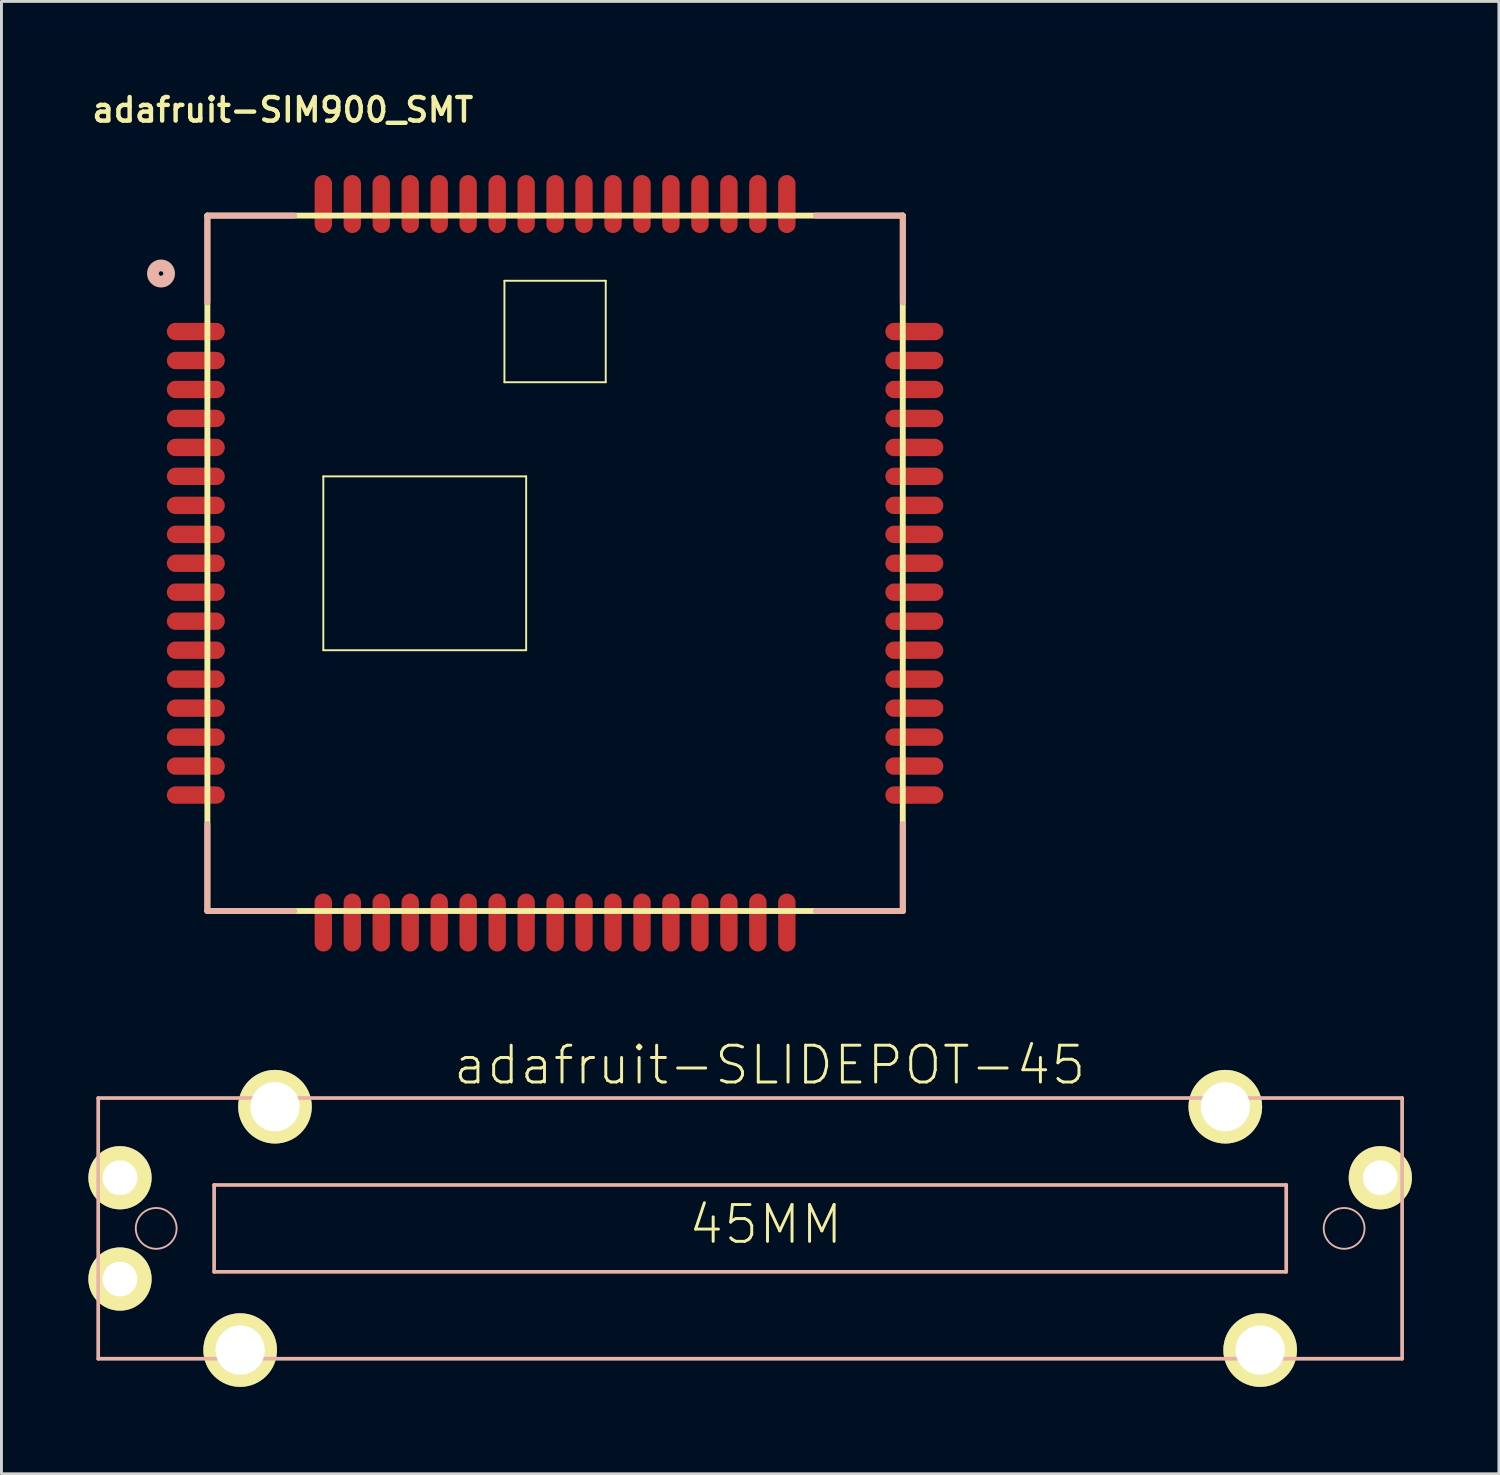
<source format=kicad_pcb>
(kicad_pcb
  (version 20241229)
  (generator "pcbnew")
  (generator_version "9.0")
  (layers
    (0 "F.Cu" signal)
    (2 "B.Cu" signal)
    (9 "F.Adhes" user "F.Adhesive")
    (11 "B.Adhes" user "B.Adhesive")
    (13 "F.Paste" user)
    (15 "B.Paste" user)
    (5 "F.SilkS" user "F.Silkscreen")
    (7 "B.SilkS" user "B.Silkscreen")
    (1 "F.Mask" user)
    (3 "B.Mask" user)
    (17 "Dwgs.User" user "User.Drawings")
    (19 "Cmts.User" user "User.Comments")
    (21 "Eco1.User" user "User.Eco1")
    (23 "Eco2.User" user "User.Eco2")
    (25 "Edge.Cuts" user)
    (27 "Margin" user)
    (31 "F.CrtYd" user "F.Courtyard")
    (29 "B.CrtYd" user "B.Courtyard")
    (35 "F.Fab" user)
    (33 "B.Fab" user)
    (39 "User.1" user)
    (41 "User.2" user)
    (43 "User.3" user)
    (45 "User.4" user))
  (footprint "adafruit-SLIDEPOT-45"
    (layer "F.Cu")
    (at 22.838 39.342)
    (property "Reference" "adafruit-SLIDEPOT-45" (at 0.673 -5.634 0) (layer "F.SilkS") (effects (font (size 1.27 1.27) (thickness 0.102))))
    (attr exclude_from_pos_files exclude_from_bom)
    (fp_line (start -22.499 -4.498) (end 22.499 -4.498) (stroke (width 0.127) (type solid)) (layer "B.SilkS"))
    (fp_line (start -22.499 4.498) (end -22.499 -4.498) (stroke (width 0.127) (type solid)) (layer "B.SilkS"))
    (fp_line (start -18.499 -1.499) (end 18.499 -1.499) (stroke (width 0.127) (type solid)) (layer "B.SilkS"))
    (fp_line (start -18.499 1.499) (end -18.499 -1.499) (stroke (width 0.127) (type solid)) (layer "B.SilkS"))
    (fp_line (start 18.499 -1.499) (end 18.499 1.499) (stroke (width 0.127) (type solid)) (layer "B.SilkS"))
    (fp_line (start 18.499 1.499) (end -18.499 1.499) (stroke (width 0.127) (type solid)) (layer "B.SilkS"))
    (fp_line (start 22.499 -4.498) (end 22.499 4.498) (stroke (width 0.127) (type solid)) (layer "B.SilkS"))
    (fp_line (start 22.499 4.498) (end -22.499 4.498) (stroke (width 0.127) (type solid)) (layer "B.SilkS"))
    (fp_circle (center -20.498 0) (end -20.996 0.498) (stroke (width 0.064) (type solid)) (fill no) (layer "B.SilkS"))
    (fp_circle (center 20.498 0) (end 20.996 0.498) (stroke (width 0.064) (type solid)) (fill no) (layer "B.SilkS"))
    (fp_text user "45MM" (at 0.538 -0.135 0) (layer "F.SilkS") (effects (font (size 1.27 1.27) (thickness 0.102))))
    (pad "A" thru_hole circle (at -21.747 -1.748) (size 2.182 2.182) (drill 1.199) (layers "*.Cu" "F.Mask" "F.SilkS" "F.Paste"))
    (pad "B" thru_hole circle (at -21.747 1.748) (size 2.182 2.182) (drill 1.199) (layers "*.Cu" "F.Mask" "F.SilkS" "F.Paste"))
    (pad "C" thru_hole circle (at 21.747 -1.748) (size 2.182 2.182) (drill 1.199) (layers "*.Cu" "F.Mask" "F.SilkS" "F.Paste"))
    (pad "P$1" thru_hole circle (at -16.398 -4.199) (size 2.54 2.54) (drill 1.699) (layers "*.Cu" "F.Mask" "F.SilkS" "F.Paste"))
    (pad "P$2" thru_hole circle (at 16.398 -4.199) (size 2.54 2.54) (drill 1.699) (layers "*.Cu" "F.Mask" "F.SilkS" "F.Paste"))
    (pad "P$3" thru_hole circle (at -17.6 4.199) (size 2.54 2.54) (drill 1.699) (layers "*.Cu" "F.Mask" "F.SilkS" "F.Paste"))
    (pad "P$4" thru_hole circle (at 17.6 4.199) (size 2.54 2.54) (drill 1.699) (layers "*.Cu" "F.Mask" "F.SilkS" "F.Paste")))
  (footprint "adafruit-SIM900_SMT"
    (layer "F.Cu")
    (at 16.106 16.389)
    (property "Reference" "adafruit-SIM900_SMT" (at -9.398 -15.646 0) (layer "F.SilkS") (effects (font (size 0.813 0.813) (thickness 0.152))))
    (attr smd)
    (fp_line (start -11.999 -11.999) (end -11.999 11.999) (stroke (width 0.203) (type solid)) (layer "F.SilkS"))
    (fp_line (start -11.999 11.999) (end 11.999 11.999) (stroke (width 0.203) (type solid)) (layer "F.SilkS"))
    (fp_line (start -7.998 -3) (end -0.998 -3) (stroke (width 0.066) (type solid)) (layer "F.SilkS"))
    (fp_line (start -7.998 3) (end -7.998 -3) (stroke (width 0.066) (type solid)) (layer "F.SilkS"))
    (fp_line (start -7.998 3) (end -0.998 3) (stroke (width 0.066) (type solid)) (layer "F.SilkS"))
    (fp_line (start -1.748 -9.749) (end 1.748 -9.749) (stroke (width 0.066) (type solid)) (layer "F.SilkS"))
    (fp_line (start -1.748 -6.248) (end -1.748 -9.749) (stroke (width 0.066) (type solid)) (layer "F.SilkS"))
    (fp_line (start -1.748 -6.248) (end 1.748 -6.248) (stroke (width 0.066) (type solid)) (layer "F.SilkS"))
    (fp_line (start -0.998 3) (end -0.998 -3) (stroke (width 0.066) (type solid)) (layer "F.SilkS"))
    (fp_line (start 1.748 -6.248) (end 1.748 -9.749) (stroke (width 0.066) (type solid)) (layer "F.SilkS"))
    (fp_line (start 11.999 -11.999) (end -11.999 -11.999) (stroke (width 0.203) (type solid)) (layer "F.SilkS"))
    (fp_line (start 11.999 11.999) (end 11.999 -11.999) (stroke (width 0.203) (type solid)) (layer "F.SilkS"))
    (fp_line (start -11.999 -11.999) (end -11.999 -8.999) (stroke (width 0.203) (type solid)) (layer "B.SilkS"))
    (fp_line (start -11.999 8.999) (end -11.999 11.999) (stroke (width 0.203) (type solid)) (layer "B.SilkS"))
    (fp_line (start -11.999 11.999) (end -8.999 11.999) (stroke (width 0.203) (type solid)) (layer "B.SilkS"))
    (fp_line (start -8.999 -11.999) (end -11.999 -11.999) (stroke (width 0.203) (type solid)) (layer "B.SilkS"))
    (fp_line (start 8.999 -11.999) (end 11.999 -11.999) (stroke (width 0.203) (type solid)) (layer "B.SilkS"))
    (fp_line (start 8.999 11.999) (end 11.999 11.999) (stroke (width 0.203) (type solid)) (layer "B.SilkS"))
    (fp_line (start 11.999 -11.999) (end 11.999 -8.999) (stroke (width 0.203) (type solid)) (layer "B.SilkS"))
    (fp_line (start 11.999 11.999) (end 11.999 8.999) (stroke (width 0.203) (type solid)) (layer "B.SilkS"))
    (fp_circle (center -13.599 -10) (end -13.797 -10.198) (stroke (width 0.406) (type solid)) (fill no) (layer "B.SilkS"))
    (pad "P$1" smd oval (at -12.398 -7.998) (size 1.999 0.599) (layers "F.Cu" "F.Mask" "F.Paste"))
    (pad "P$2" smd oval (at -12.398 -6.998) (size 1.999 0.599) (layers "F.Cu" "F.Mask" "F.Paste"))
    (pad "P$3" smd oval (at -12.398 -5.999) (size 1.999 0.599) (layers "F.Cu" "F.Mask" "F.Paste"))
    (pad "P$4" smd oval (at -12.398 -4.999) (size 1.999 0.599) (layers "F.Cu" "F.Mask" "F.Paste"))
    (pad "P$5" smd oval (at -12.398 -3.998) (size 1.999 0.599) (layers "F.Cu" "F.Mask" "F.Paste"))
    (pad "P$6" smd oval (at -12.398 -3) (size 1.999 0.599) (layers "F.Cu" "F.Mask" "F.Paste"))
    (pad "P$7" smd oval (at -12.398 -1.999) (size 1.999 0.599) (layers "F.Cu" "F.Mask" "F.Paste"))
    (pad "P$8" smd oval (at -12.398 -0.998) (size 1.999 0.599) (layers "F.Cu" "F.Mask" "F.Paste"))
    (pad "P$9" smd oval (at -12.398 0) (size 1.999 0.599) (layers "F.Cu" "F.Mask" "F.Paste"))
    (pad "P$10" smd oval (at -12.398 0.998) (size 1.999 0.599) (layers "F.Cu" "F.Mask" "F.Paste"))
    (pad "P$11" smd oval (at -12.398 1.999) (size 1.999 0.599) (layers "F.Cu" "F.Mask" "F.Paste"))
    (pad "P$12" smd oval (at -12.398 3) (size 1.999 0.599) (layers "F.Cu" "F.Mask" "F.Paste"))
    (pad "P$13" smd oval (at -12.398 3.998) (size 1.999 0.599) (layers "F.Cu" "F.Mask" "F.Paste"))
    (pad "P$14" smd oval (at -12.398 4.999) (size 1.999 0.599) (layers "F.Cu" "F.Mask" "F.Paste"))
    (pad "P$15" smd oval (at -12.398 5.999) (size 1.999 0.599) (layers "F.Cu" "F.Mask" "F.Paste"))
    (pad "P$16" smd oval (at -12.398 6.998) (size 1.999 0.599) (layers "F.Cu" "F.Mask" "F.Paste"))
    (pad "P$17" smd oval (at -12.398 7.998) (size 1.999 0.599) (layers "F.Cu" "F.Mask" "F.Paste"))
    (pad "P$18" smd oval (at -7.998 12.398 90) (size 1.999 0.599) (layers "F.Cu" "F.Mask" "F.Paste"))
    (pad "P$19" smd oval (at -6.998 12.398 90) (size 1.999 0.599) (layers "F.Cu" "F.Mask" "F.Paste"))
    (pad "P$20" smd oval (at -5.999 12.398 90) (size 1.999 0.599) (layers "F.Cu" "F.Mask" "F.Paste"))
    (pad "P$21" smd oval (at -4.999 12.398 90) (size 1.999 0.599) (layers "F.Cu" "F.Mask" "F.Paste"))
    (pad "P$22" smd oval (at -3.998 12.398 90) (size 1.999 0.599) (layers "F.Cu" "F.Mask" "F.Paste"))
    (pad "P$23" smd oval (at -3 12.398 90) (size 1.999 0.599) (layers "F.Cu" "F.Mask" "F.Paste"))
    (pad "P$24" smd oval (at -1.999 12.398 90) (size 1.999 0.599) (layers "F.Cu" "F.Mask" "F.Paste"))
    (pad "P$25" smd oval (at -0.998 12.398 90) (size 1.999 0.599) (layers "F.Cu" "F.Mask" "F.Paste"))
    (pad "P$26" smd oval (at 0 12.398 90) (size 1.999 0.599) (layers "F.Cu" "F.Mask" "F.Paste"))
    (pad "P$27" smd oval (at 0.998 12.398 90) (size 1.999 0.599) (layers "F.Cu" "F.Mask" "F.Paste"))
    (pad "P$28" smd oval (at 1.999 12.398 90) (size 1.999 0.599) (layers "F.Cu" "F.Mask" "F.Paste"))
    (pad "P$29" smd oval (at 3 12.398 90) (size 1.999 0.599) (layers "F.Cu" "F.Mask" "F.Paste"))
    (pad "P$30" smd oval (at 3.998 12.398 90) (size 1.999 0.599) (layers "F.Cu" "F.Mask" "F.Paste"))
    (pad "P$31" smd oval (at 4.999 12.398 90) (size 1.999 0.599) (layers "F.Cu" "F.Mask" "F.Paste"))
    (pad "P$32" smd oval (at 5.999 12.398 90) (size 1.999 0.599) (layers "F.Cu" "F.Mask" "F.Paste"))
    (pad "P$33" smd oval (at 6.998 12.398 90) (size 1.999 0.599) (layers "F.Cu" "F.Mask" "F.Paste"))
    (pad "P$34" smd oval (at 7.998 12.398 90) (size 1.999 0.599) (layers "F.Cu" "F.Mask" "F.Paste"))
    (pad "P$35" smd oval (at 12.398 7.998 180) (size 1.999 0.599) (layers "F.Cu" "F.Mask" "F.Paste"))
    (pad "P$36" smd oval (at 12.398 6.998 180) (size 1.999 0.599) (layers "F.Cu" "F.Mask" "F.Paste"))
    (pad "P$37" smd oval (at 12.398 5.999 180) (size 1.999 0.599) (layers "F.Cu" "F.Mask" "F.Paste"))
    (pad "P$38" smd oval (at 12.398 4.999 180) (size 1.999 0.599) (layers "F.Cu" "F.Mask" "F.Paste"))
    (pad "P$39" smd oval (at 12.398 3.998 180) (size 1.999 0.599) (layers "F.Cu" "F.Mask" "F.Paste"))
    (pad "P$40" smd oval (at 12.398 3 180) (size 1.999 0.599) (layers "F.Cu" "F.Mask" "F.Paste"))
    (pad "P$41" smd oval (at 12.398 1.999 180) (size 1.999 0.599) (layers "F.Cu" "F.Mask" "F.Paste"))
    (pad "P$42" smd oval (at 12.398 0.998 180) (size 1.999 0.599) (layers "F.Cu" "F.Mask" "F.Paste"))
    (pad "P$43" smd oval (at 12.398 0 180) (size 1.999 0.599) (layers "F.Cu" "F.Mask" "F.Paste"))
    (pad "P$44" smd oval (at 12.398 -0.998 180) (size 1.999 0.599) (layers "F.Cu" "F.Mask" "F.Paste"))
    (pad "P$45" smd oval (at 12.398 -1.999 180) (size 1.999 0.599) (layers "F.Cu" "F.Mask" "F.Paste"))
    (pad "P$46" smd oval (at 12.398 -3 180) (size 1.999 0.599) (layers "F.Cu" "F.Mask" "F.Paste"))
    (pad "P$47" smd oval (at 12.398 -3.998 180) (size 1.999 0.599) (layers "F.Cu" "F.Mask" "F.Paste"))
    (pad "P$48" smd oval (at 12.398 -4.999 180) (size 1.999 0.599) (layers "F.Cu" "F.Mask" "F.Paste"))
    (pad "P$49" smd oval (at 12.398 -5.999 180) (size 1.999 0.599) (layers "F.Cu" "F.Mask" "F.Paste"))
    (pad "P$50" smd oval (at 12.398 -6.998 180) (size 1.999 0.599) (layers "F.Cu" "F.Mask" "F.Paste"))
    (pad "P$51" smd oval (at 12.398 -7.998 180) (size 1.999 0.599) (layers "F.Cu" "F.Mask" "F.Paste"))
    (pad "P$52" smd oval (at 7.998 -12.398 270) (size 1.999 0.599) (layers "F.Cu" "F.Mask" "F.Paste"))
    (pad "P$53" smd oval (at 6.998 -12.398 270) (size 1.999 0.599) (layers "F.Cu" "F.Mask" "F.Paste"))
    (pad "P$54" smd oval (at 5.999 -12.398 270) (size 1.999 0.599) (layers "F.Cu" "F.Mask" "F.Paste"))
    (pad "P$55" smd oval (at 4.999 -12.398 270) (size 1.999 0.599) (layers "F.Cu" "F.Mask" "F.Paste"))
    (pad "P$56" smd oval (at 3.998 -12.398 270) (size 1.999 0.599) (layers "F.Cu" "F.Mask" "F.Paste"))
    (pad "P$57" smd oval (at 3 -12.398 270) (size 1.999 0.599) (layers "F.Cu" "F.Mask" "F.Paste"))
    (pad "P$58" smd oval (at 1.999 -12.398 270) (size 1.999 0.599) (layers "F.Cu" "F.Mask" "F.Paste"))
    (pad "P$59" smd oval (at 0.998 -12.398 270) (size 1.999 0.599) (layers "F.Cu" "F.Mask" "F.Paste"))
    (pad "P$60" smd oval (at 0 -12.398 270) (size 1.999 0.599) (layers "F.Cu" "F.Mask" "F.Paste"))
    (pad "P$61" smd oval (at -0.998 -12.398 270) (size 1.999 0.599) (layers "F.Cu" "F.Mask" "F.Paste"))
    (pad "P$62" smd oval (at -1.999 -12.398 270) (size 1.999 0.599) (layers "F.Cu" "F.Mask" "F.Paste"))
    (pad "P$63" smd oval (at -3 -12.398 270) (size 1.999 0.599) (layers "F.Cu" "F.Mask" "F.Paste"))
    (pad "P$64" smd oval (at -3.998 -12.398 270) (size 1.999 0.599) (layers "F.Cu" "F.Mask" "F.Paste"))
    (pad "P$65" smd oval (at -4.999 -12.398 270) (size 1.999 0.599) (layers "F.Cu" "F.Mask" "F.Paste"))
    (pad "P$66" smd oval (at -5.999 -12.398 270) (size 1.999 0.599) (layers "F.Cu" "F.Mask" "F.Paste"))
    (pad "P$67" smd oval (at -6.998 -12.398 270) (size 1.999 0.599) (layers "F.Cu" "F.Mask" "F.Paste"))
    (pad "P$68" smd oval (at -7.998 -12.398 270) (size 1.999 0.599) (layers "F.Cu" "F.Mask" "F.Paste")))
  (gr_rect
    (start -3 -3)
    (end 48.677 47.81)
    (stroke (width 0.1) (type default))
    (fill no)
    (layer "Edge.Cuts")))
</source>
